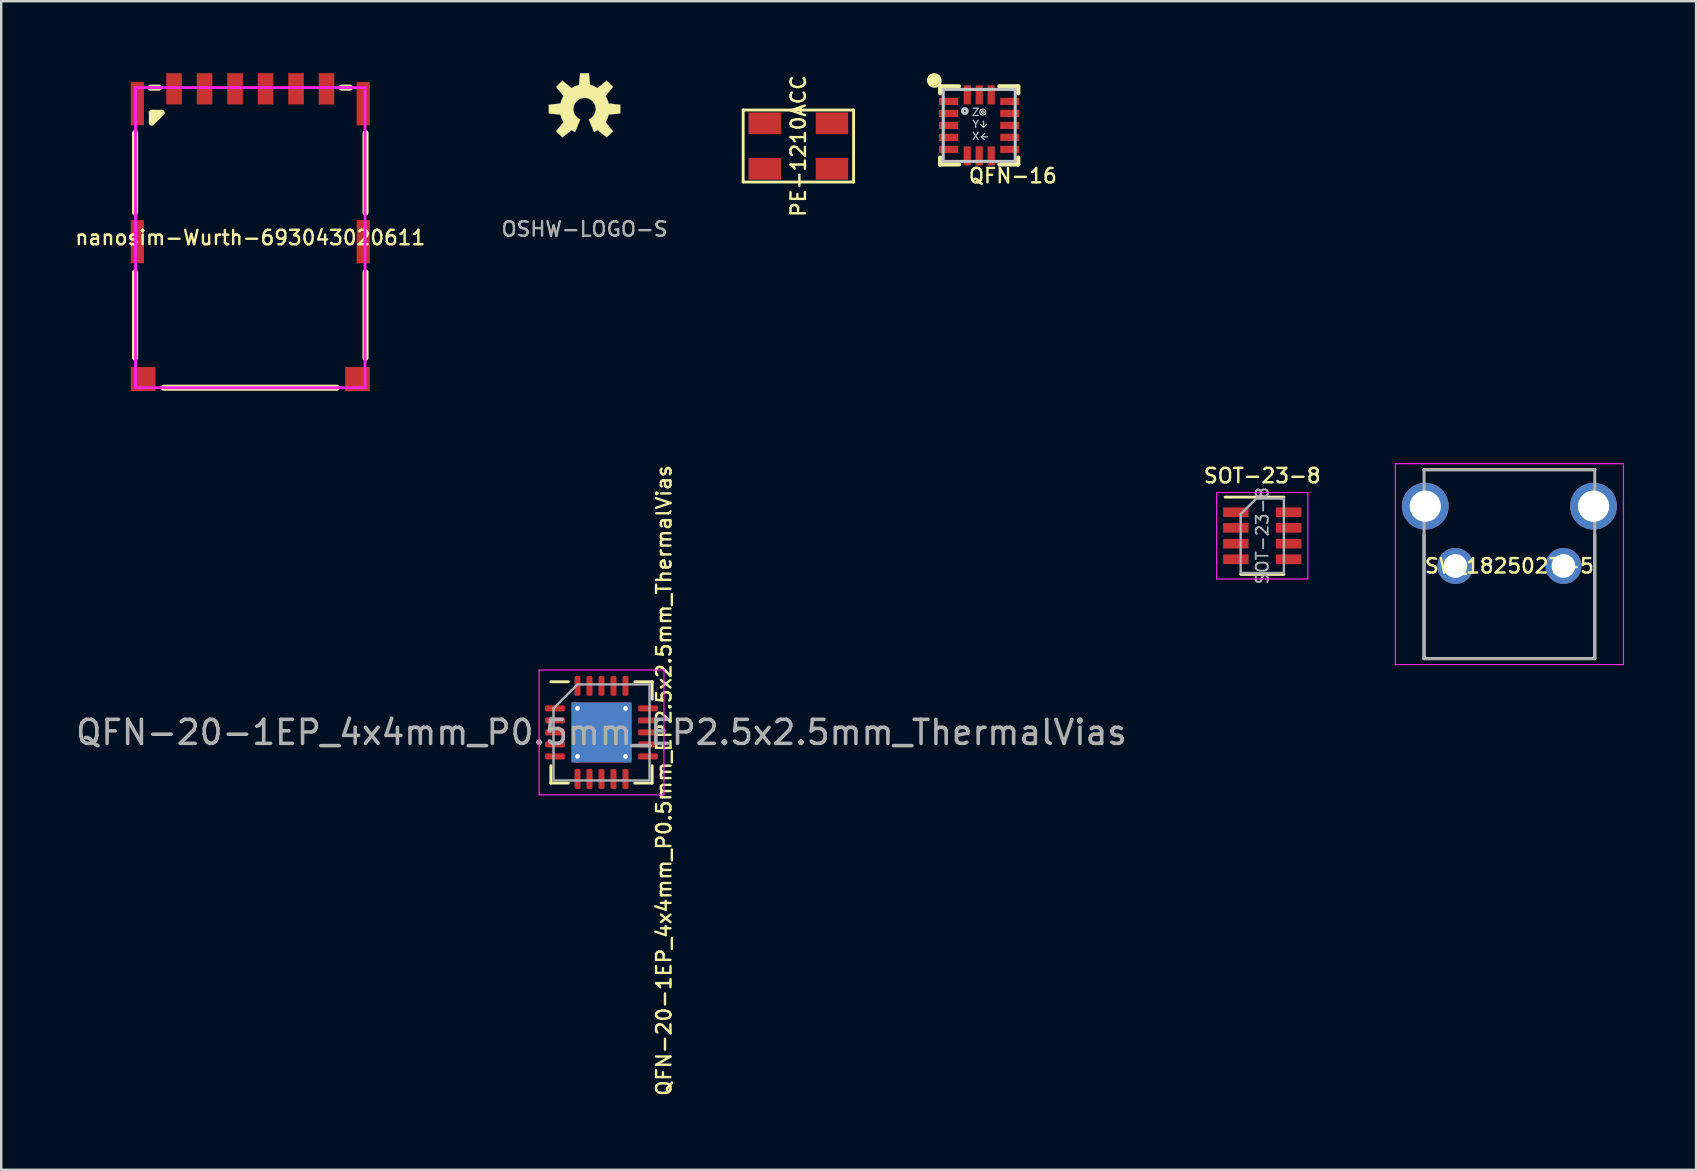
<source format=kicad_pcb>
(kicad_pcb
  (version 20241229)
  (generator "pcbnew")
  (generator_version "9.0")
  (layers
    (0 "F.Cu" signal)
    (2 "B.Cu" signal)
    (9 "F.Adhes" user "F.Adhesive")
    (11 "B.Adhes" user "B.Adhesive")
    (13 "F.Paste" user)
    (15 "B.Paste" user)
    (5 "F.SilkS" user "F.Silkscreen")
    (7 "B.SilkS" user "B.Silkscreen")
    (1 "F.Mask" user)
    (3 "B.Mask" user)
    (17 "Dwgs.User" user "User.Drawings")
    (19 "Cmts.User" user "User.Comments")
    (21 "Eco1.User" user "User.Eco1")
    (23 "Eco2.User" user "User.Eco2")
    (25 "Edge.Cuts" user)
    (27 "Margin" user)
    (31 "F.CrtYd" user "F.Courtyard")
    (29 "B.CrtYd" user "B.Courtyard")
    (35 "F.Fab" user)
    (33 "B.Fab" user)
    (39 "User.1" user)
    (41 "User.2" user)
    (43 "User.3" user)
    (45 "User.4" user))
  (footprint "SOT-23-8"
    (layer "F.Cu")
    (at 49.53 19.267)
    (property "Reference" "SOT-23-8" (at 0 -2.5 0) (layer "F.SilkS") (effects (font (size 0.6 0.6) (thickness 0.1))))
    (attr smd)
    (fp_line (start -0.9 1.61) (end 0.9 1.61) (stroke (width 0.12) (type solid)) (layer "F.SilkS"))
    (fp_line (start 0.9 -1.61) (end -1.55 -1.61) (stroke (width 0.12) (type solid)) (layer "F.SilkS"))
    (fp_line (start -1.9 -1.8) (end -1.9 1.8) (stroke (width 0.05) (type solid)) (layer "F.CrtYd"))
    (fp_line (start -1.9 1.8) (end 1.9 1.8) (stroke (width 0.05) (type solid)) (layer "F.CrtYd"))
    (fp_line (start 1.9 -1.8) (end -1.9 -1.8) (stroke (width 0.05) (type solid)) (layer "F.CrtYd"))
    (fp_line (start 1.9 1.8) (end 1.9 -1.8) (stroke (width 0.05) (type solid)) (layer "F.CrtYd"))
    (fp_line (start -0.9 -0.9) (end -0.9 1.55) (stroke (width 0.1) (type solid)) (layer "F.Fab"))
    (fp_line (start -0.9 -0.9) (end -0.25 -1.55) (stroke (width 0.1) (type solid)) (layer "F.Fab"))
    (fp_line (start 0.9 -1.55) (end -0.25 -1.55) (stroke (width 0.1) (type solid)) (layer "F.Fab"))
    (fp_line (start 0.9 -1.55) (end 0.9 1.55) (stroke (width 0.1) (type solid)) (layer "F.Fab"))
    (fp_line (start 0.9 1.55) (end -0.9 1.55) (stroke (width 0.1) (type solid)) (layer "F.Fab"))
    (fp_text user "${REFERENCE}" (at 0 0 270) (layer "F.Fab") (effects (font (size 0.5 0.5) (thickness 0.075))))
    (pad "1" smd rect (at -1.1 -0.98) (size 1.06 0.4) (layers "F.Cu" "F.Mask" "F.Paste"))
    (pad "2" smd rect (at -1.1 -0.33) (size 1.06 0.4) (layers "F.Cu" "F.Mask" "F.Paste"))
    (pad "3" smd rect (at -1.1 0.33) (size 1.06 0.4) (layers "F.Cu" "F.Mask" "F.Paste"))
    (pad "4" smd rect (at -1.1 0.98) (size 1.06 0.4) (layers "F.Cu" "F.Mask" "F.Paste"))
    (pad "5" smd rect (at 1.1 0.98) (size 1.06 0.4) (layers "F.Cu" "F.Mask" "F.Paste"))
    (pad "6" smd rect (at 1.1 0.33) (size 1.06 0.4) (layers "F.Cu" "F.Mask" "F.Paste"))
    (pad "7" smd rect (at 1.1 -0.33) (size 1.06 0.4) (layers "F.Cu" "F.Mask" "F.Paste"))
    (pad "8" smd rect (at 1.1 -0.98) (size 1.06 0.4) (layers "F.Cu" "F.Mask" "F.Paste")))
  (footprint "nanosim-Wurth-693043020611"
    (layer "F.Cu")
    (at 7.376 6.85)
    (property "Reference" "nanosim-Wurth-693043020611" (at 0 0 180) (layer "F.SilkS") (effects (font (size 0.6 0.6) (thickness 0.1))))
    (attr through_hole)
    (fp_line (start -4.8 -4.35) (end -4.8 -1.05) (stroke (width 0.254) (type solid)) (layer "F.SilkS"))
    (fp_line (start -4.8 1.45) (end -4.8 5) (stroke (width 0.254) (type solid)) (layer "F.SilkS"))
    (fp_line (start -4.15 -6.25) (end -3.8 -6.25) (stroke (width 0.254) (type solid)) (layer "F.SilkS"))
    (fp_line (start -4.1 -5.2) (end -4.1 -4.8) (stroke (width 0.254) (type solid)) (layer "F.SilkS"))
    (fp_line (start -4.1 -5.2) (end -3.7 -5.2) (stroke (width 0.254) (type solid)) (layer "F.SilkS"))
    (fp_line (start -3.7 -5.2) (end -4.1 -4.8) (stroke (width 0.254) (type solid)) (layer "F.SilkS"))
    (fp_line (start -3.6 6.25) (end 3.6 6.25) (stroke (width 0.254) (type solid)) (layer "F.SilkS"))
    (fp_line (start 3.8 -6.25) (end 4.15 -6.25) (stroke (width 0.254) (type solid)) (layer "F.SilkS"))
    (fp_line (start 4.8 -4.35) (end 4.8 -1.05) (stroke (width 0.254) (type solid)) (layer "F.SilkS"))
    (fp_line (start 4.8 1.45) (end 4.8 5) (stroke (width 0.254) (type solid)) (layer "F.SilkS"))
    (fp_line (start -4.78 -6.25) (end -4.78 6.25) (stroke (width 0.12) (type solid)) (layer "F.CrtYd"))
    (fp_line (start -4.78 6.25) (end 4.78 6.25) (stroke (width 0.12) (type solid)) (layer "F.CrtYd"))
    (fp_line (start 4.78 -6.25) (end -4.78 -6.25) (stroke (width 0.12) (type solid)) (layer "F.CrtYd"))
    (fp_line (start 4.78 6.25) (end 4.78 -6.25) (stroke (width 0.12) (type solid)) (layer "F.CrtYd"))
    (pad "C1" smd rect (at -1.905 -6.2) (size 0.65 1.3) (layers "F.Cu" "F.Mask" "F.Paste"))
    (pad "C2" smd rect (at 0.635 -6.2) (size 0.65 1.3) (layers "F.Cu" "F.Mask" "F.Paste"))
    (pad "C3" smd rect (at 1.905 -6.2) (size 0.65 1.3) (layers "F.Cu" "F.Mask" "F.Paste"))
    (pad "C5" smd rect (at -3.175 -6.2) (size 0.65 1.3) (layers "F.Cu" "F.Mask" "F.Paste"))
    (pad "C6" smd rect (at -0.635 -6.2) (size 0.65 1.3) (layers "F.Cu" "F.Mask" "F.Paste"))
    (pad "C7" smd rect (at 3.175 -6.2) (size 0.65 1.3) (layers "F.Cu" "F.Mask" "F.Paste"))
    (pad "S" smd rect (at -4.705 -5.58) (size 0.55 1.8) (layers "F.Cu" "F.Mask" "F.Paste"))
    (pad "S" smd rect (at -4.705 0.17) (size 0.55 1.8) (layers "F.Cu" "F.Mask" "F.Paste"))
    (pad "S" smd rect (at -4.465 5.89) (size 1.03 1) (layers "F.Cu" "F.Mask" "F.Paste"))
    (pad "S" smd rect (at 4.465 5.89) (size 1.03 1) (layers "F.Cu" "F.Mask" "F.Paste"))
    (pad "S" smd rect (at 4.705 -5.58) (size 0.55 1.8) (layers "F.Cu" "F.Mask" "F.Paste"))
    (pad "S" smd rect (at 4.705 0.17) (size 0.55 1.8) (layers "F.Cu" "F.Mask" "F.Paste")))
  (footprint "PE-1210ACC"
    (layer "F.Cu")
    (at 30.206 3.033)
    (property "Reference" "PE-1210ACC" (at 0 0 90) (layer "F.SilkS") (effects (font (size 0.6 0.6) (thickness 0.1))))
    (attr through_hole)
    (fp_line (start -2.3 -1.5) (end 2.3 -1.5) (stroke (width 0.12) (type solid)) (layer "F.SilkS"))
    (fp_line (start -2.3 1.5) (end -2.3 -1.5) (stroke (width 0.12) (type solid)) (layer "F.SilkS"))
    (fp_line (start 2.3 -1.5) (end 2.3 1.5) (stroke (width 0.12) (type solid)) (layer "F.SilkS"))
    (fp_line (start 2.3 1.5) (end -2.3 1.5) (stroke (width 0.12) (type solid)) (layer "F.SilkS"))
    (pad "1" smd rect (at -1.4 0.95) (size 1.35 0.9) (layers "F.Cu" "F.Mask" "F.Paste"))
    (pad "2" smd rect (at -1.4 -0.95) (size 1.35 0.9) (layers "F.Cu" "F.Mask" "F.Paste"))
    (pad "3" smd rect (at 1.4 -0.95) (size 1.35 0.9) (layers "F.Cu" "F.Mask" "F.Paste"))
    (pad "4" smd rect (at 1.4 0.95) (size 1.35 0.9) (layers "F.Cu" "F.Mask" "F.Paste")))
  (footprint "OSHW-LOGO-S"
    (layer "F.Cu")
    (at 21.299 1.493)
    (property "Reference" "OSHW-LOGO-S" (at 0 5 0) (layer "F.Fab") (effects (font (size 0.6 0.6) (thickness 0.1))))
    (attr exclude_from_pos_files exclude_from_bom)
    (fp_poly (pts (xy 0.394 0.953) (xy 0.546 0.874) (xy 0.922 1.181) (xy 1.181 0.922) (xy 0.874 0.546) (xy 0.953 0.394) (xy 1.003 0.231) (xy 1.488 0.18) (xy 1.488 -0.18) (xy 1.003 -0.231) (xy 0.953 -0.394) (xy 0.874 -0.546) (xy 1.181 -0.922) (xy 0.922 -1.181) (xy 0.546 -0.874) (xy 0.394 -0.953) (xy 0.231 -1.003) (xy 0.18 -1.488) (xy -0.18 -1.488) (xy -0.231 -1.003) (xy -0.394 -0.953) (xy -0.546 -0.874) (xy -0.922 -1.181) (xy -1.181 -0.922) (xy -0.874 -0.546) (xy -0.953 -0.394) (xy -1.003 -0.231) (xy -1.488 -0.18) (xy -1.488 0.18) (xy -1.003 0.231) (xy -0.953 0.394) (xy -0.874 0.546) (xy -1.181 0.922) (xy -0.922 1.181) (xy -0.546 0.874) (xy -0.394 0.953) (xy -0.178 0.432) (xy -0.274 0.378) (xy -0.356 0.302) (xy -0.417 0.211) (xy -0.455 0.109) (xy -0.467 0) (xy -0.455 -0.109) (xy -0.414 -0.216) (xy -0.351 -0.307) (xy -0.267 -0.384) (xy -0.168 -0.434) (xy -0.061 -0.462) (xy 0.051 -0.465) (xy 0.16 -0.439) (xy 0.259 -0.389) (xy 0.345 -0.315) (xy 0.409 -0.224) (xy 0.452 -0.119) (xy 0.467 -0.01) (xy 0.457 0.099) (xy 0.419 0.206) (xy 0.358 0.3) (xy 0.277 0.376) (xy 0.178 0.432)) (stroke (width 0.01) (type solid)) (fill yes) (layer "F.SilkS")))
  (footprint "QFN-16"
    (layer "F.Cu")
    (at 37.739 2.173)
    (property "Reference" "QFN-16" (at 1.4 2.1 180) (layer "F.SilkS") (effects (font (size 0.6 0.6) (thickness 0.1))))
    (attr smd)
    (fp_line (start -1.626 -1.626) (end -0.841 -1.626) (stroke (width 0.178) (type solid)) (layer "F.SilkS"))
    (fp_line (start -1.626 -1.341) (end -1.626 -1.626) (stroke (width 0.178) (type solid)) (layer "F.SilkS"))
    (fp_line (start -1.626 1.341) (end -1.626 1.626) (stroke (width 0.178) (type solid)) (layer "F.SilkS"))
    (fp_line (start -1.626 1.626) (end -0.841 1.626) (stroke (width 0.178) (type solid)) (layer "F.SilkS"))
    (fp_line (start 1.626 -1.626) (end 0.841 -1.626) (stroke (width 0.178) (type solid)) (layer "F.SilkS"))
    (fp_line (start 1.626 -1.341) (end 1.626 -1.626) (stroke (width 0.178) (type solid)) (layer "F.SilkS"))
    (fp_line (start 1.626 1.341) (end 1.626 1.626) (stroke (width 0.178) (type solid)) (layer "F.SilkS"))
    (fp_line (start 1.626 1.626) (end 0.841 1.626) (stroke (width 0.178) (type solid)) (layer "F.SilkS"))
    (fp_circle (center -1.905 -1.905) (end -1.778 -1.905) (stroke (width 0.254) (type solid)) (fill no) (layer "F.SilkS"))
    (fp_circle (center -1.869 -1.869) (end -1.869 -2.123) (stroke (width 0.1) (type solid)) (fill no) (layer "F.SilkS"))
    (fp_line (start -1.499 -1.499) (end 1.499 -1.499) (stroke (width 0.127) (type solid)) (layer "Dwgs.User"))
    (fp_line (start -1.499 1.499) (end -1.499 -1.499) (stroke (width 0.127) (type solid)) (layer "Dwgs.User"))
    (fp_line (start 0.091 0.472) (end 0.218 0.345) (stroke (width 0.051) (type solid)) (layer "Dwgs.User"))
    (fp_line (start 0.091 0.472) (end 0.218 0.599) (stroke (width 0.051) (type solid)) (layer "Dwgs.User"))
    (fp_line (start 0.18 -0.173) (end 0.18 0.079) (stroke (width 0.051) (type solid)) (layer "Dwgs.User"))
    (fp_line (start 0.18 0.079) (end 0.053 -0.046) (stroke (width 0.051) (type solid)) (layer "Dwgs.User"))
    (fp_line (start 0.18 0.079) (end 0.307 -0.046) (stroke (width 0.051) (type solid)) (layer "Dwgs.User"))
    (fp_line (start 0.345 0.472) (end 0.091 0.472) (stroke (width 0.051) (type solid)) (layer "Dwgs.User"))
    (fp_line (start 1.499 -1.499) (end 1.499 1.499) (stroke (width 0.127) (type solid)) (layer "Dwgs.User"))
    (fp_line (start 1.499 1.499) (end -1.499 1.499) (stroke (width 0.127) (type solid)) (layer "Dwgs.User"))
    (fp_circle (center -0.599 -0.599) (end -0.599 -0.699) (stroke (width 0.127) (type solid)) (fill no) (layer "Dwgs.User"))
    (fp_circle (center 0.152 -0.554) (end 0.152 -0.681) (stroke (width 0.051) (type solid)) (fill no) (layer "Dwgs.User"))
    (fp_circle (center 0.152 -0.554) (end 0.152 -0.579) (stroke (width 0.051) (type solid)) (fill no) (layer "Dwgs.User"))
    (fp_text user "X" (at -0.147 0.447 0) (layer "Dwgs.User") (effects (font (size 0.305 0.305) (thickness 0.051))))
    (fp_text user "Z" (at -0.147 -0.551 0) (layer "Dwgs.User") (effects (font (size 0.305 0.305) (thickness 0.051))))
    (fp_text user "Y" (at -0.147 -0.051 0) (layer "Dwgs.User") (effects (font (size 0.305 0.305) (thickness 0.051))))
    (pad "1" smd rect (at -1.273 -0.998 270) (size 0.3 0.798) (layers "F.Cu" "F.Mask" "F.Paste"))
    (pad "2" smd rect (at -1.273 -0.498 270) (size 0.3 0.798) (layers "F.Cu" "F.Mask" "F.Paste"))
    (pad "3" smd rect (at -1.273 0 270) (size 0.3 0.798) (layers "F.Cu" "F.Mask" "F.Paste"))
    (pad "4" smd rect (at -1.273 0.498 270) (size 0.3 0.798) (layers "F.Cu" "F.Mask" "F.Paste"))
    (pad "5" smd rect (at -1.273 0.998 270) (size 0.3 0.798) (layers "F.Cu" "F.Mask" "F.Paste"))
    (pad "6" smd rect (at -0.498 1.273) (size 0.3 0.798) (layers "F.Cu" "F.Mask" "F.Paste"))
    (pad "7" smd rect (at 0 1.273) (size 0.3 0.798) (layers "F.Cu" "F.Mask" "F.Paste"))
    (pad "8" smd rect (at 0.498 1.273) (size 0.3 0.798) (layers "F.Cu" "F.Mask" "F.Paste"))
    (pad "9" smd rect (at 1.273 0.998 90) (size 0.3 0.798) (layers "F.Cu" "F.Mask" "F.Paste"))
    (pad "10" smd rect (at 1.273 0.498 90) (size 0.3 0.798) (layers "F.Cu" "F.Mask" "F.Paste"))
    (pad "11" smd rect (at 1.273 0 90) (size 0.3 0.798) (layers "F.Cu" "F.Mask" "F.Paste"))
    (pad "12" smd rect (at 1.273 -0.498 90) (size 0.3 0.798) (layers "F.Cu" "F.Mask" "F.Paste"))
    (pad "13" smd rect (at 1.273 -0.998 90) (size 0.3 0.798) (layers "F.Cu" "F.Mask" "F.Paste"))
    (pad "14" smd rect (at 0.498 -1.273 180) (size 0.3 0.798) (layers "F.Cu" "F.Mask" "F.Paste"))
    (pad "15" smd rect (at 0 -1.273 180) (size 0.3 0.798) (layers "F.Cu" "F.Mask" "F.Paste"))
    (pad "16" smd rect (at -0.498 -1.273 180) (size 0.3 0.798) (layers "F.Cu" "F.Mask" "F.Paste")))
  (footprint "QFN-20-1EP_4x4mm_P0.5mm_EP2.5x2.5mm_ThermalVias"
    (layer "F.Cu")
    (at 22.006 27.459)
    (property "Reference" "QFN-20-1EP_4x4mm_P0.5mm_EP2.5x2.5mm_ThermalVias" (at 2.6 2 90) (layer "F.SilkS") (effects (font (size 0.6 0.6) (thickness 0.1))))
    (attr smd)
    (fp_line (start -2.11 2.11) (end -2.11 1.385) (stroke (width 0.12) (type solid)) (layer "F.SilkS"))
    (fp_line (start -1.385 -2.11) (end -2.11 -2.11) (stroke (width 0.12) (type solid)) (layer "F.SilkS"))
    (fp_line (start -1.385 2.11) (end -2.11 2.11) (stroke (width 0.12) (type solid)) (layer "F.SilkS"))
    (fp_line (start 1.385 -2.11) (end 2.11 -2.11) (stroke (width 0.12) (type solid)) (layer "F.SilkS"))
    (fp_line (start 1.385 2.11) (end 2.11 2.11) (stroke (width 0.12) (type solid)) (layer "F.SilkS"))
    (fp_line (start 2.11 -2.11) (end 2.11 -1.385) (stroke (width 0.12) (type solid)) (layer "F.SilkS"))
    (fp_line (start 2.11 2.11) (end 2.11 1.385) (stroke (width 0.12) (type solid)) (layer "F.SilkS"))
    (fp_line (start -2.6 -2.6) (end -2.6 2.6) (stroke (width 0.05) (type solid)) (layer "F.CrtYd"))
    (fp_line (start -2.6 2.6) (end 2.6 2.6) (stroke (width 0.05) (type solid)) (layer "F.CrtYd"))
    (fp_line (start 2.6 -2.6) (end -2.6 -2.6) (stroke (width 0.05) (type solid)) (layer "F.CrtYd"))
    (fp_line (start 2.6 2.6) (end 2.6 -2.6) (stroke (width 0.05) (type solid)) (layer "F.CrtYd"))
    (fp_line (start -2 -1) (end -1 -2) (stroke (width 0.1) (type solid)) (layer "F.Fab"))
    (fp_line (start -2 2) (end -2 -1) (stroke (width 0.1) (type solid)) (layer "F.Fab"))
    (fp_line (start -1 -2) (end 2 -2) (stroke (width 0.1) (type solid)) (layer "F.Fab"))
    (fp_line (start 2 -2) (end 2 2) (stroke (width 0.1) (type solid)) (layer "F.Fab"))
    (fp_line (start 2 2) (end -2 2) (stroke (width 0.1) (type solid)) (layer "F.Fab"))
    (fp_text user "${REFERENCE}" (at 0 0 0) (layer "F.Fab") (effects (font (size 1 1) (thickness 0.15))))
    (pad "" smd roundrect (at -0.625 -0.625) (size 1.08 1.08) (layers "F.Paste") (roundrect_rratio 0.231))
    (pad "" smd roundrect (at -0.625 0.625) (size 1.08 1.08) (layers "F.Paste") (roundrect_rratio 0.231))
    (pad "" smd roundrect (at 0.625 -0.625) (size 1.08 1.08) (layers "F.Paste") (roundrect_rratio 0.231))
    (pad "" smd roundrect (at 0.625 0.625) (size 1.08 1.08) (layers "F.Paste") (roundrect_rratio 0.231))
    (pad "1" smd roundrect (at -1.938 -1) (size 0.825 0.25) (layers "F.Cu" "F.Mask" "F.Paste") (roundrect_rratio 0.25))
    (pad "2" smd roundrect (at -1.938 -0.5) (size 0.825 0.25) (layers "F.Cu" "F.Mask" "F.Paste") (roundrect_rratio 0.25))
    (pad "3" smd roundrect (at -1.938 0) (size 0.825 0.25) (layers "F.Cu" "F.Mask" "F.Paste") (roundrect_rratio 0.25))
    (pad "4" smd roundrect (at -1.938 0.5) (size 0.825 0.25) (layers "F.Cu" "F.Mask" "F.Paste") (roundrect_rratio 0.25))
    (pad "5" smd roundrect (at -1.938 1) (size 0.825 0.25) (layers "F.Cu" "F.Mask" "F.Paste") (roundrect_rratio 0.25))
    (pad "6" smd roundrect (at -1 1.938) (size 0.25 0.825) (layers "F.Cu" "F.Mask" "F.Paste") (roundrect_rratio 0.25))
    (pad "7" smd roundrect (at -0.5 1.938) (size 0.25 0.825) (layers "F.Cu" "F.Mask" "F.Paste") (roundrect_rratio 0.25))
    (pad "8" smd roundrect (at 0 1.938) (size 0.25 0.825) (layers "F.Cu" "F.Mask" "F.Paste") (roundrect_rratio 0.25))
    (pad "9" smd roundrect (at 0.5 1.938) (size 0.25 0.825) (layers "F.Cu" "F.Mask" "F.Paste") (roundrect_rratio 0.25))
    (pad "10" smd roundrect (at 1 1.938) (size 0.25 0.825) (layers "F.Cu" "F.Mask" "F.Paste") (roundrect_rratio 0.25))
    (pad "11" smd roundrect (at 1.938 1) (size 0.825 0.25) (layers "F.Cu" "F.Mask" "F.Paste") (roundrect_rratio 0.25))
    (pad "12" smd roundrect (at 1.938 0.5) (size 0.825 0.25) (layers "F.Cu" "F.Mask" "F.Paste") (roundrect_rratio 0.25))
    (pad "13" smd roundrect (at 1.938 0) (size 0.825 0.25) (layers "F.Cu" "F.Mask" "F.Paste") (roundrect_rratio 0.25))
    (pad "14" smd roundrect (at 1.938 -0.5) (size 0.825 0.25) (layers "F.Cu" "F.Mask" "F.Paste") (roundrect_rratio 0.25))
    (pad "15" smd roundrect (at 1.938 -1) (size 0.825 0.25) (layers "F.Cu" "F.Mask" "F.Paste") (roundrect_rratio 0.25))
    (pad "16" smd roundrect (at 1 -1.938) (size 0.25 0.825) (layers "F.Cu" "F.Mask" "F.Paste") (roundrect_rratio 0.25))
    (pad "17" smd roundrect (at 0.5 -1.938) (size 0.25 0.825) (layers "F.Cu" "F.Mask" "F.Paste") (roundrect_rratio 0.25))
    (pad "18" smd roundrect (at 0 -1.938) (size 0.25 0.825) (layers "F.Cu" "F.Mask" "F.Paste") (roundrect_rratio 0.25))
    (pad "19" smd roundrect (at -0.5 -1.938) (size 0.25 0.825) (layers "F.Cu" "F.Mask" "F.Paste") (roundrect_rratio 0.25))
    (pad "20" smd roundrect (at -1 -1.938) (size 0.25 0.825) (layers "F.Cu" "F.Mask" "F.Paste") (roundrect_rratio 0.25))
    (pad "21" thru_hole circle (at -1 -1) (size 0.5 0.5) (drill 0.2) (layers "*.Cu"))
    (pad "21" thru_hole circle (at -1 1) (size 0.5 0.5) (drill 0.2) (layers "*.Cu"))
    (pad "21" smd rect (at 0 0) (size 2.5 2.5) (layers "F.Cu" "F.Mask"))
    (pad "21" smd rect (at 0 0) (size 2.5 2.5) (layers "B.Cu"))
    (pad "21" thru_hole circle (at 1 -1) (size 0.5 0.5) (drill 0.2) (layers "*.Cu"))
    (pad "21" thru_hole circle (at 1 1) (size 0.5 0.5) (drill 0.2) (layers "*.Cu")))
  (footprint "SW_1825027-5"
    (layer "F.Cu")
    (at 59.824 20.525)
    (property "Reference" "SW_1825027-5" (at 0 0 0) (layer "F.SilkS") (effects (font (size 0.6 0.6) (thickness 0.1))))
    (attr through_hole)
    (fp_line (start -3.555 -4.01) (end 3.555 -4.01) (stroke (width 0.127) (type solid)) (layer "F.SilkS"))
    (fp_line (start -3.555 -1.27) (end -3.555 3.86) (stroke (width 0.127) (type solid)) (layer "F.SilkS"))
    (fp_line (start -3.555 3.86) (end 3.555 3.86) (stroke (width 0.127) (type solid)) (layer "F.SilkS"))
    (fp_line (start 3.555 3.86) (end 3.555 -1.27) (stroke (width 0.127) (type solid)) (layer "F.SilkS"))
    (fp_line (start -4.75 -4.26) (end -4.75 4.11) (stroke (width 0.05) (type solid)) (layer "F.CrtYd"))
    (fp_line (start -4.75 4.11) (end 4.75 4.11) (stroke (width 0.05) (type solid)) (layer "F.CrtYd"))
    (fp_line (start 4.75 -4.26) (end -4.75 -4.26) (stroke (width 0.05) (type solid)) (layer "F.CrtYd"))
    (fp_line (start 4.75 4.11) (end 4.75 -4.26) (stroke (width 0.05) (type solid)) (layer "F.CrtYd"))
    (fp_line (start -3.555 -4.01) (end -3.555 3.86) (stroke (width 0.127) (type solid)) (layer "F.Fab"))
    (fp_line (start -3.555 3.86) (end 3.555 3.86) (stroke (width 0.127) (type solid)) (layer "F.Fab"))
    (fp_line (start 3.555 -4.01) (end -3.555 -4.01) (stroke (width 0.127) (type solid)) (layer "F.Fab"))
    (fp_line (start 3.555 3.86) (end 3.555 -4.01) (stroke (width 0.127) (type solid)) (layer "F.Fab"))
    (pad "1" thru_hole circle (at -2.25 0) (size 1.498 1.498) (drill 0.99) (layers "*.Cu" "*.Mask"))
    (pad "2" thru_hole circle (at 2.25 0) (size 1.498 1.498) (drill 0.99) (layers "*.Cu" "*.Mask"))
    (pad "S1" thru_hole circle (at -3.505 -2.49) (size 1.95 1.95) (drill 1.3) (layers "*.Cu" "*.Mask"))
    (pad "S2" thru_hole circle (at 3.505 -2.49) (size 1.95 1.95) (drill 1.3) (layers "*.Cu" "*.Mask")))
  (gr_rect
    (start -3 -3)
    (end 67.599 45.677)
    (stroke (width 0.1) (type default))
    (fill no)
    (layer "Edge.Cuts")))
</source>
